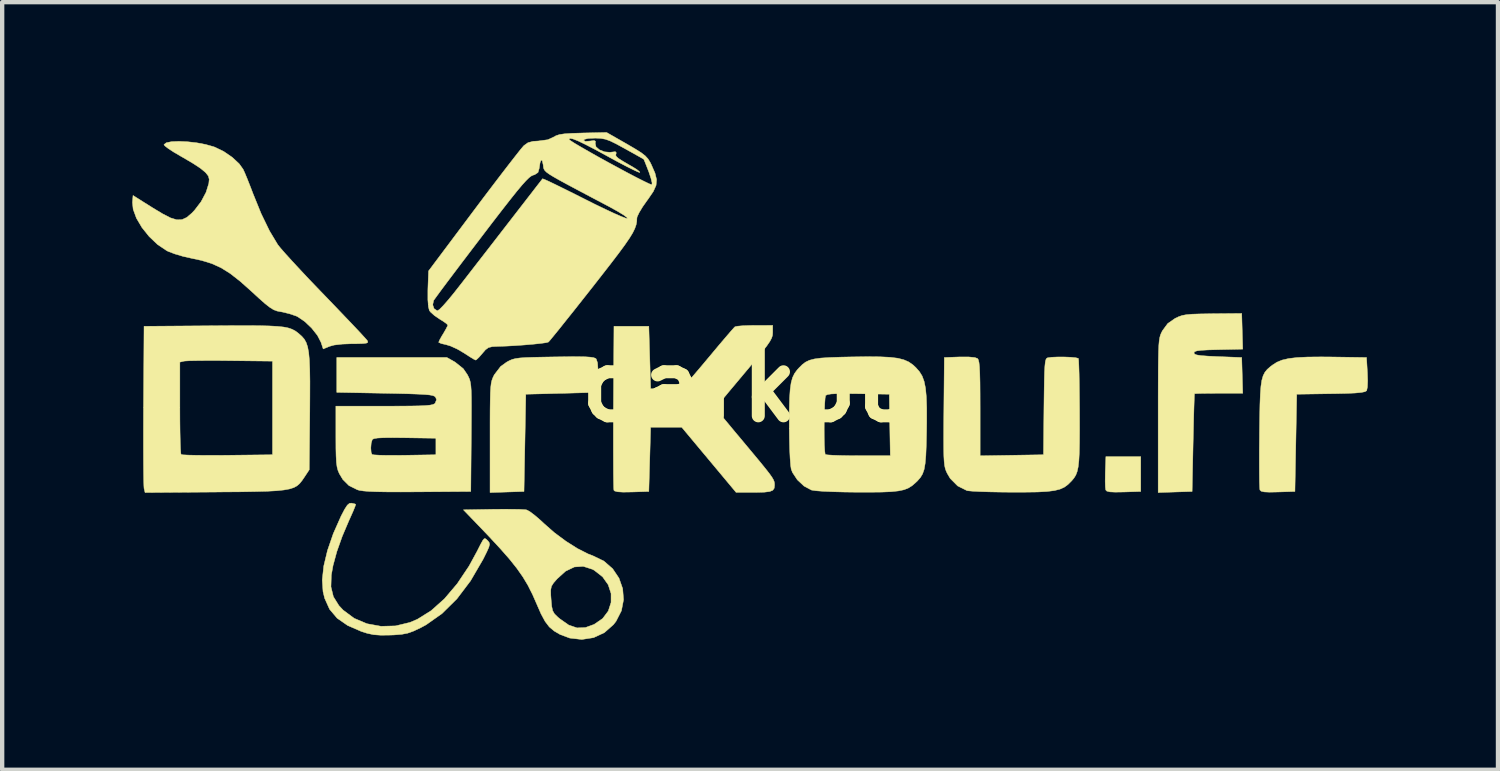
<source format=kicad_pcb>
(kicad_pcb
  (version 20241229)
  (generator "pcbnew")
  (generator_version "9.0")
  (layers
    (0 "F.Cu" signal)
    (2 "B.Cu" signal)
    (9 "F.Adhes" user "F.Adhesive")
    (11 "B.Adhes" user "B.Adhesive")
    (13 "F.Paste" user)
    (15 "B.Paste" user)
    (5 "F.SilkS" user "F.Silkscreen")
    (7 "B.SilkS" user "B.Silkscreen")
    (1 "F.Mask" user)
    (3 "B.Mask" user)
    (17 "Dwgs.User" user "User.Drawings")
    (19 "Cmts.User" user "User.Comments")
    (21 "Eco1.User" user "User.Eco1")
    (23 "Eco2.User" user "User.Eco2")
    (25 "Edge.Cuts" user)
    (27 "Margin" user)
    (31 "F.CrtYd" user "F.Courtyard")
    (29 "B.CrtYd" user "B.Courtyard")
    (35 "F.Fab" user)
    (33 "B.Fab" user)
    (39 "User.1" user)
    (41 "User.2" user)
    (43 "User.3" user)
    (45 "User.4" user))
  (footprint "darkou"
    (layer "F.Cu")
    (at 14.221 5.851)
    (property "Reference" "darkou" (at 0 0 0) (layer "F.SilkS") (effects (font (size 1.524 1.524) (thickness 0.3))))
    (attr through_hole)
    (fp_poly (pts (xy 9.038 2.434) (xy 8.646 2.446) (xy 8.449 2.449) (xy 8.324 2.443) (xy 8.255 2.425) (xy 8.231 2.4) (xy 8.222 2.333) (xy 8.218 2.205) (xy 8.22 2.041) (xy 8.221 1.986) (xy 8.234 1.63) (xy 9.038 1.63) (xy 9.038 2.434)) (stroke (width 0.01) (type solid)) (fill yes) (layer "F.SilkS"))
    (fp_poly (pts (xy -3.771 -0.672) (xy -3.654 -0.664) (xy -3.578 -0.652) (xy -3.535 -0.635) (xy -3.52 -0.621) (xy -3.49 -0.533) (xy -3.478 -0.364) (xy -3.48 -0.205) (xy -3.493 0.148) (xy -5.144 0.191) (xy -5.186 2.434) (xy -5.969 2.459) (xy -5.969 1.194) (xy -5.969 0.833) (xy -5.968 0.546) (xy -5.965 0.324) (xy -5.961 0.155) (xy -5.953 0.03) (xy -5.942 -0.062) (xy -5.926 -0.131) (xy -5.905 -0.188) (xy -5.879 -0.242) (xy -5.871 -0.258) (xy -5.724 -0.45) (xy -5.585 -0.55) (xy -5.52 -0.585) (xy -5.456 -0.612) (xy -5.382 -0.631) (xy -5.283 -0.645) (xy -5.148 -0.655) (xy -4.963 -0.661) (xy -4.716 -0.666) (xy -4.485 -0.67) (xy -4.176 -0.674) (xy -3.942 -0.675) (xy -3.771 -0.672)) (stroke (width 0.01) (type solid)) (fill yes) (layer "F.SilkS"))
    (fp_poly (pts (xy 13.441 -0.668) (xy 14.245 -0.656) (xy 14.266 -0.3) (xy 14.272 -0.118) (xy 14.266 0.025) (xy 14.249 0.106) (xy 14.245 0.112) (xy 14.207 0.133) (xy 14.123 0.15) (xy 13.985 0.163) (xy 13.782 0.172) (xy 13.506 0.178) (xy 13.42 0.179) (xy 12.636 0.191) (xy 12.594 2.434) (xy 12.202 2.446) (xy 12.008 2.45) (xy 11.884 2.444) (xy 11.815 2.427) (xy 11.786 2.398) (xy 11.781 2.341) (xy 11.776 2.211) (xy 11.774 2.019) (xy 11.773 1.776) (xy 11.773 1.493) (xy 11.776 1.182) (xy 11.776 1.115) (xy 11.781 0.737) (xy 11.787 0.433) (xy 11.796 0.193) (xy 11.81 0.009) (xy 11.831 -0.131) (xy 11.861 -0.236) (xy 11.902 -0.316) (xy 11.955 -0.381) (xy 12.023 -0.441) (xy 12.078 -0.483) (xy 12.179 -0.548) (xy 12.299 -0.597) (xy 12.45 -0.632) (xy 12.642 -0.655) (xy 12.889 -0.667) (xy 13.2 -0.67) (xy 13.441 -0.668)) (stroke (width 0.01) (type solid)) (fill yes) (layer "F.SilkS"))
    (fp_poly (pts (xy 11.379 -1.261) (xy 11.391 -0.849) (xy 10.828 -0.837) (xy 10.595 -0.831) (xy 10.435 -0.822) (xy 10.335 -0.81) (xy 10.283 -0.791) (xy 10.266 -0.766) (xy 10.266 -0.762) (xy 10.28 -0.735) (xy 10.33 -0.715) (xy 10.427 -0.7) (xy 10.586 -0.688) (xy 10.816 -0.677) (xy 10.816 -0.677) (xy 11.367 -0.656) (xy 11.391 0.169) (xy 10.839 0.169) (xy 10.633 0.17) (xy 10.46 0.172) (xy 10.338 0.175) (xy 10.28 0.179) (xy 10.278 0.18) (xy 10.275 0.223) (xy 10.271 0.34) (xy 10.265 0.519) (xy 10.259 0.75) (xy 10.253 1.02) (xy 10.246 1.312) (xy 10.223 2.434) (xy 9.832 2.446) (xy 9.44 2.459) (xy 9.44 0.686) (xy 9.44 0.252) (xy 9.441 -0.105) (xy 9.442 -0.395) (xy 9.445 -0.624) (xy 9.449 -0.803) (xy 9.455 -0.938) (xy 9.464 -1.039) (xy 9.476 -1.113) (xy 9.491 -1.17) (xy 9.51 -1.217) (xy 9.533 -1.263) (xy 9.538 -1.273) (xy 9.66 -1.439) (xy 9.832 -1.559) (xy 9.913 -1.597) (xy 9.993 -1.625) (xy 10.089 -1.643) (xy 10.218 -1.655) (xy 10.395 -1.661) (xy 10.636 -1.665) (xy 10.697 -1.666) (xy 11.367 -1.672) (xy 11.379 -1.261)) (stroke (width 0.01) (type solid)) (fill yes) (layer "F.SilkS"))
    (fp_poly (pts (xy -9.09 2.72) (xy -9.068 2.729) (xy -9.079 2.77) (xy -9.119 2.871) (xy -9.182 3.013) (xy -9.227 3.113) (xy -9.379 3.471) (xy -9.503 3.821) (xy -9.59 4.141) (xy -9.63 4.363) (xy -9.638 4.633) (xy -9.582 4.861) (xy -9.455 5.065) (xy -9.357 5.17) (xy -9.103 5.359) (xy -8.807 5.484) (xy -8.484 5.543) (xy -8.149 5.534) (xy -7.817 5.454) (xy -7.645 5.381) (xy -7.328 5.183) (xy -7.02 4.908) (xy -6.726 4.561) (xy -6.452 4.152) (xy -6.266 3.81) (xy -6.187 3.653) (xy -6.136 3.561) (xy -6.102 3.521) (xy -6.072 3.524) (xy -6.035 3.556) (xy -6.021 3.57) (xy -5.99 3.609) (xy -5.98 3.653) (xy -5.997 3.721) (xy -6.045 3.828) (xy -6.127 3.993) (xy -6.134 4.006) (xy -6.419 4.495) (xy -6.733 4.91) (xy -7.076 5.249) (xy -7.444 5.509) (xy -7.572 5.578) (xy -7.736 5.655) (xy -7.871 5.703) (xy -8.009 5.729) (xy -8.185 5.743) (xy -8.27 5.746) (xy -8.486 5.749) (xy -8.652 5.737) (xy -8.803 5.705) (xy -8.938 5.662) (xy -9.254 5.524) (xy -9.496 5.356) (xy -9.67 5.15) (xy -9.783 4.898) (xy -9.821 4.743) (xy -9.839 4.474) (xy -9.804 4.153) (xy -9.718 3.794) (xy -9.585 3.408) (xy -9.408 3.009) (xy -9.407 3.006) (xy -9.323 2.845) (xy -9.261 2.75) (xy -9.21 2.707) (xy -9.165 2.703) (xy -9.09 2.72)) (stroke (width 0.01) (type solid)) (fill yes) (layer "F.SilkS"))
    (fp_poly (pts (xy -5.452 2.844) (xy -5.277 2.847) (xy -5.16 2.854) (xy -5.126 2.859) (xy -5.052 2.898) (xy -4.938 2.984) (xy -4.802 3.101) (xy -4.724 3.174) (xy -4.485 3.384) (xy -4.221 3.58) (xy -3.955 3.749) (xy -3.708 3.874) (xy -3.601 3.915) (xy -3.344 4.039) (xy -3.141 4.216) (xy -2.995 4.433) (xy -2.91 4.675) (xy -2.89 4.93) (xy -2.939 5.185) (xy -3.062 5.426) (xy -3.123 5.505) (xy -3.333 5.69) (xy -3.581 5.805) (xy -3.852 5.847) (xy -4.131 5.815) (xy -4.352 5.733) (xy -4.491 5.652) (xy -4.603 5.557) (xy -4.699 5.431) (xy -4.793 5.257) (xy -4.891 5.033) (xy -4.991 4.805) (xy -5.043 4.703) (xy -4.57 4.703) (xy -4.568 4.825) (xy -4.561 4.923) (xy -4.547 5.082) (xy -4.525 5.184) (xy -4.482 5.258) (xy -4.404 5.334) (xy -4.358 5.372) (xy -4.154 5.515) (xy -3.963 5.58) (xy -3.769 5.572) (xy -3.568 5.499) (xy -3.372 5.364) (xy -3.242 5.191) (xy -3.178 4.994) (xy -3.178 4.787) (xy -3.244 4.585) (xy -3.374 4.402) (xy -3.567 4.251) (xy -3.607 4.229) (xy -3.819 4.161) (xy -4.025 4.175) (xy -4.228 4.273) (xy -4.422 4.449) (xy -4.505 4.544) (xy -4.552 4.619) (xy -4.57 4.703) (xy -5.043 4.703) (xy -5.095 4.599) (xy -5.212 4.404) (xy -5.351 4.206) (xy -5.52 3.994) (xy -5.729 3.756) (xy -5.986 3.479) (xy -6.155 3.302) (xy -6.583 2.857) (xy -5.905 2.845) (xy -5.667 2.843) (xy -5.452 2.844)) (stroke (width 0.01) (type solid)) (fill yes) (layer "F.SilkS"))
    (fp_poly (pts (xy -11.293 -1.39) (xy -11.059 -1.384) (xy -10.875 -1.374) (xy -10.732 -1.359) (xy -10.622 -1.337) (xy -10.537 -1.308) (xy -10.467 -1.272) (xy -10.405 -1.227) (xy -10.377 -1.204) (xy -10.308 -1.142) (xy -10.252 -1.077) (xy -10.209 -0.999) (xy -10.176 -0.9) (xy -10.152 -0.77) (xy -10.136 -0.6) (xy -10.127 -0.381) (xy -10.123 -0.104) (xy -10.124 0.241) (xy -10.126 0.596) (xy -10.139 1.933) (xy -10.251 2.103) (xy -10.305 2.182) (xy -10.358 2.248) (xy -10.418 2.301) (xy -10.492 2.343) (xy -10.591 2.375) (xy -10.721 2.399) (xy -10.891 2.417) (xy -11.11 2.429) (xy -11.386 2.436) (xy -11.727 2.442) (xy -12.141 2.445) (xy -12.307 2.447) (xy -13.925 2.459) (xy -13.949 2.362) (xy -13.953 2.3) (xy -13.957 2.163) (xy -13.96 1.959) (xy -13.962 1.699) (xy -13.963 1.391) (xy -13.963 1.045) (xy -13.962 0.669) (xy -13.961 0.445) (xy -13.954 -0.549) (xy -13.123 -0.549) (xy -13.123 0.502) (xy -13.122 0.792) (xy -13.119 1.054) (xy -13.114 1.275) (xy -13.108 1.445) (xy -13.101 1.551) (xy -13.094 1.581) (xy -13.046 1.589) (xy -12.924 1.595) (xy -12.742 1.599) (xy -12.51 1.601) (xy -12.242 1.601) (xy -12.025 1.599) (xy -10.986 1.587) (xy -10.986 -0.572) (xy -11.959 -0.583) (xy -12.243 -0.586) (xy -12.503 -0.586) (xy -12.725 -0.584) (xy -12.896 -0.581) (xy -13.003 -0.575) (xy -13.028 -0.572) (xy -13.123 -0.549) (xy -13.954 -0.549) (xy -13.949 -1.376) (xy -12.383 -1.388) (xy -11.946 -1.391) (xy -11.586 -1.392) (xy -11.293 -1.39)) (stroke (width 0.01) (type solid)) (fill yes) (layer "F.SilkS"))
    (fp_poly (pts (xy -6.776 -0.55) (xy -6.586 -0.398) (xy -6.49 -0.257) (xy -6.462 -0.201) (xy -6.439 -0.147) (xy -6.423 -0.084) (xy -6.411 -0.002) (xy -6.403 0.109) (xy -6.399 0.261) (xy -6.398 0.462) (xy -6.399 0.724) (xy -6.401 1.058) (xy -6.402 1.183) (xy -6.413 2.434) (xy -7.641 2.443) (xy -8.025 2.445) (xy -8.332 2.444) (xy -8.573 2.44) (xy -8.756 2.433) (xy -8.89 2.422) (xy -8.983 2.408) (xy -9.03 2.394) (xy -9.222 2.299) (xy -9.363 2.159) (xy -9.445 2.023) (xy -9.475 1.953) (xy -9.497 1.871) (xy -9.512 1.762) (xy -9.52 1.611) (xy -9.524 1.431) (xy -8.719 1.431) (xy -8.711 1.534) (xy -8.691 1.581) (xy -8.641 1.59) (xy -8.521 1.597) (xy -8.345 1.601) (xy -8.128 1.601) (xy -7.94 1.599) (xy -7.218 1.587) (xy -7.218 1.206) (xy -7.934 1.195) (xy -8.215 1.192) (xy -8.42 1.194) (xy -8.561 1.201) (xy -8.645 1.215) (xy -8.684 1.235) (xy -8.685 1.237) (xy -8.71 1.319) (xy -8.719 1.431) (xy -9.524 1.431) (xy -9.524 1.403) (xy -9.525 1.166) (xy -9.525 0.466) (xy -8.408 0.466) (xy -8.066 0.465) (xy -7.799 0.463) (xy -7.597 0.459) (xy -7.451 0.452) (xy -7.351 0.442) (xy -7.287 0.429) (xy -7.249 0.411) (xy -7.236 0.399) (xy -7.203 0.317) (xy -7.225 0.261) (xy -7.247 0.239) (xy -7.288 0.222) (xy -7.36 0.208) (xy -7.47 0.198) (xy -7.629 0.189) (xy -7.847 0.181) (xy -8.132 0.174) (xy -8.387 0.169) (xy -9.504 0.148) (xy -9.504 -0.656) (xy -6.964 -0.656) (xy -6.776 -0.55)) (stroke (width 0.01) (type solid)) (fill yes) (layer "F.SilkS"))
    (fp_poly (pts (xy 5.212 -0.655) (xy 5.275 -0.632) (xy 5.293 -0.602) (xy 5.308 -0.54) (xy 5.319 -0.439) (xy 5.326 -0.288) (xy 5.331 -0.079) (xy 5.333 0.198) (xy 5.334 0.514) (xy 5.334 1.611) (xy 6.064 1.599) (xy 6.795 1.587) (xy 6.806 0.479) (xy 6.81 0.142) (xy 6.814 -0.119) (xy 6.819 -0.315) (xy 6.827 -0.455) (xy 6.837 -0.549) (xy 6.85 -0.606) (xy 6.867 -0.636) (xy 6.89 -0.649) (xy 6.89 -0.649) (xy 6.984 -0.662) (xy 7.12 -0.668) (xy 7.274 -0.668) (xy 7.422 -0.662) (xy 7.538 -0.651) (xy 7.597 -0.636) (xy 7.6 -0.633) (xy 7.606 -0.583) (xy 7.611 -0.459) (xy 7.617 -0.273) (xy 7.621 -0.035) (xy 7.624 0.244) (xy 7.627 0.553) (xy 7.627 0.622) (xy 7.628 1) (xy 7.626 1.304) (xy 7.621 1.543) (xy 7.611 1.727) (xy 7.595 1.868) (xy 7.572 1.973) (xy 7.541 2.055) (xy 7.5 2.122) (xy 7.448 2.185) (xy 7.437 2.196) (xy 7.358 2.275) (xy 7.274 2.336) (xy 7.174 2.381) (xy 7.046 2.413) (xy 6.879 2.434) (xy 6.66 2.446) (xy 6.378 2.45) (xy 6.075 2.451) (xy 5.796 2.448) (xy 5.539 2.443) (xy 5.32 2.436) (xy 5.151 2.427) (xy 5.048 2.417) (xy 5.029 2.413) (xy 4.816 2.307) (xy 4.644 2.134) (xy 4.575 2.017) (xy 4.549 1.961) (xy 4.529 1.902) (xy 4.514 1.832) (xy 4.504 1.738) (xy 4.497 1.612) (xy 4.494 1.441) (xy 4.493 1.217) (xy 4.494 0.929) (xy 4.497 0.589) (xy 4.508 -0.656) (xy 4.862 -0.669) (xy 5.069 -0.669) (xy 5.212 -0.655)) (stroke (width 0.01) (type solid)) (fill yes) (layer "F.SilkS"))
    (fp_poly (pts (xy 0.55 -1.235) (xy 0.546 -1.171) (xy 0.526 -1.106) (xy 0.485 -1.028) (xy 0.415 -0.926) (xy 0.308 -0.788) (xy 0.158 -0.605) (xy 0.039 -0.462) (xy -0.135 -0.255) (xy -0.3 -0.058) (xy -0.446 0.116) (xy -0.559 0.252) (xy -0.623 0.328) (xy -0.707 0.436) (xy -0.741 0.504) (xy -0.733 0.555) (xy -0.715 0.582) (xy -0.67 0.637) (xy -0.581 0.745) (xy -0.456 0.895) (xy -0.306 1.076) (xy -0.138 1.276) (xy -0.126 1.291) (xy 0.09 1.55) (xy 0.258 1.752) (xy 0.383 1.906) (xy 0.473 2.021) (xy 0.532 2.104) (xy 0.568 2.166) (xy 0.586 2.213) (xy 0.592 2.255) (xy 0.593 2.287) (xy 0.585 2.358) (xy 0.552 2.406) (xy 0.481 2.435) (xy 0.357 2.45) (xy 0.168 2.455) (xy 0.082 2.455) (xy -0.294 2.455) (xy -0.921 1.704) (xy -1.548 0.953) (xy -2.265 0.953) (xy -2.286 1.693) (xy -2.307 2.434) (xy -2.699 2.446) (xy -2.901 2.449) (xy -3.029 2.441) (xy -3.097 2.422) (xy -3.113 2.404) (xy -3.117 2.351) (xy -3.12 2.223) (xy -3.123 2.028) (xy -3.124 1.775) (xy -3.125 1.472) (xy -3.125 1.13) (xy -3.124 0.755) (xy -3.123 0.487) (xy -3.111 -1.376) (xy -2.307 -1.376) (xy -2.286 -0.656) (xy -2.265 0.064) (xy -1.918 0.076) (xy -1.571 0.088) (xy -1.424 -0.072) (xy -1.347 -0.16) (xy -1.229 -0.298) (xy -1.083 -0.47) (xy -0.922 -0.662) (xy -0.821 -0.783) (xy -0.667 -0.967) (xy -0.529 -1.129) (xy -0.419 -1.257) (xy -0.345 -1.34) (xy -0.32 -1.365) (xy -0.26 -1.378) (xy -0.137 -1.389) (xy 0.029 -1.395) (xy 0.138 -1.396) (xy 0.55 -1.397) (xy 0.55 -1.235)) (stroke (width 0.01) (type solid)) (fill yes) (layer "F.SilkS"))
    (fp_poly (pts (xy 3.026 -0.672) (xy 3.256 -0.661) (xy 3.435 -0.639) (xy 3.575 -0.603) (xy 3.687 -0.554) (xy 3.783 -0.487) (xy 3.852 -0.423) (xy 3.933 -0.331) (xy 3.996 -0.23) (xy 4.042 -0.106) (xy 4.074 0.05) (xy 4.093 0.25) (xy 4.102 0.506) (xy 4.102 0.828) (xy 4.099 1.051) (xy 4.092 1.365) (xy 4.082 1.606) (xy 4.066 1.789) (xy 4.042 1.926) (xy 4.006 2.029) (xy 3.956 2.112) (xy 3.89 2.188) (xy 3.845 2.231) (xy 3.764 2.301) (xy 3.679 2.354) (xy 3.578 2.394) (xy 3.45 2.421) (xy 3.282 2.439) (xy 3.064 2.448) (xy 2.781 2.451) (xy 2.51 2.451) (xy 2.206 2.447) (xy 1.936 2.44) (xy 1.711 2.43) (xy 1.544 2.417) (xy 1.448 2.402) (xy 1.443 2.401) (xy 1.273 2.31) (xy 1.118 2.165) (xy 1.005 1.994) (xy 0.976 1.916) (xy 0.963 1.826) (xy 0.951 1.666) (xy 0.941 1.454) (xy 0.935 1.203) (xy 0.932 0.986) (xy 1.737 0.986) (xy 1.738 1.189) (xy 1.742 1.367) (xy 1.75 1.501) (xy 1.76 1.574) (xy 1.764 1.58) (xy 1.813 1.59) (xy 1.933 1.598) (xy 2.109 1.604) (xy 2.327 1.608) (xy 2.527 1.609) (xy 3.262 1.609) (xy 3.25 0.9) (xy 3.239 0.191) (xy 2.522 0.179) (xy 2.241 0.176) (xy 2.036 0.178) (xy 1.896 0.185) (xy 1.811 0.199) (xy 1.773 0.219) (xy 1.771 0.221) (xy 1.759 0.281) (xy 1.75 0.405) (xy 1.743 0.576) (xy 1.738 0.776) (xy 1.737 0.986) (xy 0.932 0.986) (xy 0.932 0.93) (xy 0.932 0.877) (xy 0.933 0.543) (xy 0.939 0.281) (xy 0.953 0.08) (xy 0.975 -0.074) (xy 1.008 -0.193) (xy 1.054 -0.288) (xy 1.116 -0.372) (xy 1.156 -0.416) (xy 1.231 -0.491) (xy 1.307 -0.549) (xy 1.396 -0.592) (xy 1.51 -0.622) (xy 1.662 -0.643) (xy 1.865 -0.656) (xy 2.131 -0.665) (xy 2.37 -0.67) (xy 2.735 -0.675) (xy 3.026 -0.672)) (stroke (width 0.01) (type solid)) (fill yes) (layer "F.SilkS"))
    (fp_poly (pts (xy -12.947 -5.632) (xy -12.735 -5.608) (xy -12.528 -5.569) (xy -12.343 -5.517) (xy -12.316 -5.507) (xy -12.11 -5.407) (xy -11.915 -5.273) (xy -11.755 -5.124) (xy -11.664 -4.997) (xy -11.624 -4.91) (xy -11.564 -4.765) (xy -11.493 -4.585) (xy -11.438 -4.441) (xy -11.247 -3.971) (xy -11.054 -3.574) (xy -10.866 -3.26) (xy -10.804 -3.182) (xy -10.692 -3.054) (xy -10.537 -2.883) (xy -10.348 -2.679) (xy -10.133 -2.45) (xy -9.9 -2.207) (xy -9.783 -2.086) (xy -9.551 -1.845) (xy -9.337 -1.621) (xy -9.148 -1.423) (xy -8.992 -1.258) (xy -8.877 -1.133) (xy -8.809 -1.057) (xy -8.795 -1.038) (xy -8.788 -1.007) (xy -8.819 -0.988) (xy -8.901 -0.978) (xy -9.047 -0.974) (xy -9.143 -0.974) (xy -9.377 -0.965) (xy -9.565 -0.943) (xy -9.672 -0.913) (xy -9.817 -0.853) (xy -9.867 -1.005) (xy -9.949 -1.164) (xy -10.083 -1.334) (xy -10.243 -1.486) (xy -10.405 -1.596) (xy -10.435 -1.611) (xy -10.591 -1.664) (xy -10.763 -1.706) (xy -10.8 -1.712) (xy -10.882 -1.728) (xy -10.959 -1.757) (xy -11.045 -1.81) (xy -11.153 -1.894) (xy -11.296 -2.02) (xy -11.473 -2.183) (xy -11.735 -2.416) (xy -11.963 -2.594) (xy -12.174 -2.726) (xy -12.389 -2.823) (xy -12.624 -2.895) (xy -12.848 -2.943) (xy -13.048 -2.988) (xy -13.243 -3.046) (xy -13.399 -3.106) (xy -13.431 -3.123) (xy -13.639 -3.263) (xy -13.831 -3.446) (xy -13.997 -3.653) (xy -14.124 -3.868) (xy -14.2 -4.074) (xy -14.216 -4.232) (xy -14.203 -4.393) (xy -13.758 -4.113) (xy -13.521 -3.97) (xy -13.338 -3.876) (xy -13.193 -3.832) (xy -13.073 -3.836) (xy -12.963 -3.887) (xy -12.849 -3.984) (xy -12.784 -4.052) (xy -12.633 -4.25) (xy -12.519 -4.465) (xy -12.455 -4.67) (xy -12.446 -4.766) (xy -12.465 -4.84) (xy -12.528 -4.921) (xy -12.642 -5.016) (xy -12.816 -5.131) (xy -13.059 -5.274) (xy -13.098 -5.296) (xy -13.26 -5.391) (xy -13.389 -5.475) (xy -13.47 -5.538) (xy -13.49 -5.567) (xy -13.435 -5.609) (xy -13.314 -5.634) (xy -13.145 -5.641) (xy -12.947 -5.632)) (stroke (width 0.01) (type solid)) (fill yes) (layer "F.SilkS"))
    (fp_poly (pts (xy -2.815 -5.58) (xy -2.619 -5.465) (xy -2.481 -5.378) (xy -2.389 -5.306) (xy -2.325 -5.236) (xy -2.276 -5.156) (xy -2.249 -5.102) (xy -2.165 -4.91) (xy -2.128 -4.759) (xy -2.14 -4.626) (xy -2.204 -4.484) (xy -2.323 -4.31) (xy -2.346 -4.279) (xy -2.451 -4.13) (xy -2.531 -3.997) (xy -2.577 -3.899) (xy -2.582 -3.871) (xy -2.586 -3.793) (xy -2.6 -3.716) (xy -2.63 -3.631) (xy -2.679 -3.53) (xy -2.754 -3.408) (xy -2.859 -3.255) (xy -2.998 -3.066) (xy -3.177 -2.831) (xy -3.401 -2.543) (xy -3.609 -2.277) (xy -3.831 -1.996) (xy -4.037 -1.735) (xy -4.222 -1.504) (xy -4.378 -1.308) (xy -4.502 -1.156) (xy -4.585 -1.055) (xy -4.623 -1.012) (xy -4.623 -1.012) (xy -4.682 -0.997) (xy -4.807 -0.98) (xy -4.979 -0.962) (xy -5.179 -0.945) (xy -5.39 -0.93) (xy -5.591 -0.919) (xy -5.765 -0.913) (xy -5.772 -0.913) (xy -5.915 -0.907) (xy -6.006 -0.885) (xy -6.076 -0.833) (xy -6.146 -0.751) (xy -6.226 -0.659) (xy -6.285 -0.604) (xy -6.301 -0.596) (xy -6.348 -0.619) (xy -6.444 -0.678) (xy -6.569 -0.759) (xy -6.574 -0.762) (xy -6.726 -0.851) (xy -6.88 -0.921) (xy -6.986 -0.953) (xy -7.091 -0.977) (xy -7.149 -1.002) (xy -7.153 -1.009) (xy -7.132 -1.059) (xy -7.08 -1.153) (xy -7.047 -1.206) (xy -6.986 -1.312) (xy -6.948 -1.387) (xy -6.943 -1.404) (xy -6.976 -1.439) (xy -7.062 -1.499) (xy -7.132 -1.542) (xy -7.252 -1.624) (xy -7.343 -1.706) (xy -7.369 -1.741) (xy -7.391 -1.83) (xy -7.394 -1.872) (xy -7.291 -1.872) (xy -7.261 -1.783) (xy -7.192 -1.737) (xy -7.178 -1.736) (xy -7.132 -1.767) (xy -7.046 -1.855) (xy -6.931 -1.986) (xy -6.798 -2.148) (xy -6.748 -2.212) (xy -6.623 -2.371) (xy -6.458 -2.584) (xy -6.263 -2.836) (xy -6.047 -3.114) (xy -5.823 -3.403) (xy -5.601 -3.69) (xy -5.574 -3.725) (xy -5.375 -3.982) (xy -5.193 -4.217) (xy -5.035 -4.421) (xy -4.907 -4.587) (xy -4.814 -4.706) (xy -4.765 -4.77) (xy -4.758 -4.779) (xy -4.718 -4.765) (xy -4.613 -4.718) (xy -4.453 -4.641) (xy -4.25 -4.541) (xy -4.012 -4.423) (xy -3.81 -4.321) (xy -3.549 -4.19) (xy -3.31 -4.075) (xy -3.105 -3.979) (xy -2.944 -3.909) (xy -2.839 -3.869) (xy -2.803 -3.862) (xy -2.811 -3.885) (xy -2.885 -3.941) (xy -3.019 -4.023) (xy -3.202 -4.125) (xy -3.281 -4.167) (xy -3.647 -4.36) (xy -3.945 -4.518) (xy -4.183 -4.645) (xy -4.367 -4.745) (xy -4.504 -4.823) (xy -4.602 -4.883) (xy -4.667 -4.93) (xy -4.706 -4.969) (xy -4.727 -5.004) (xy -4.737 -5.038) (xy -4.741 -5.078) (xy -4.744 -5.102) (xy -4.766 -5.196) (xy -4.792 -5.209) (xy -4.816 -5.145) (xy -4.835 -5.019) (xy -4.863 -4.923) (xy -4.94 -4.872) (xy -4.978 -4.861) (xy -5.018 -4.842) (xy -5.071 -4.802) (xy -5.141 -4.733) (xy -5.233 -4.631) (xy -5.352 -4.489) (xy -5.502 -4.301) (xy -5.688 -4.063) (xy -5.916 -3.768) (xy -6.166 -3.44) (xy -6.396 -3.138) (xy -6.611 -2.855) (xy -6.805 -2.598) (xy -6.973 -2.375) (xy -7.109 -2.193) (xy -7.207 -2.059) (xy -7.262 -1.983) (xy -7.27 -1.97) (xy -7.291 -1.872) (xy -7.394 -1.872) (xy -7.403 -1.986) (xy -7.403 -2.192) (xy -7.402 -2.241) (xy -7.387 -2.652) (xy -6.341 -4.048) (xy -6.112 -4.353) (xy -5.894 -4.64) (xy -5.695 -4.901) (xy -5.52 -5.128) (xy -5.375 -5.314) (xy -5.267 -5.451) (xy -5.2 -5.53) (xy -5.187 -5.544) (xy -5.093 -5.611) (xy -4.974 -5.642) (xy -4.857 -5.649) (xy -4.634 -5.679) (xy -4.618 -5.687) (xy -4.149 -5.687) (xy -4.113 -5.657) (xy -4.015 -5.594) (xy -3.865 -5.506) (xy -3.677 -5.398) (xy -3.463 -5.277) (xy -3.234 -5.151) (xy -3.003 -5.026) (xy -2.782 -4.907) (xy -2.583 -4.803) (xy -2.418 -4.72) (xy -2.299 -4.663) (xy -2.239 -4.641) (xy -2.235 -4.641) (xy -2.233 -4.687) (xy -2.258 -4.79) (xy -2.304 -4.928) (xy -2.309 -4.942) (xy -2.363 -5.081) (xy -2.404 -5.184) (xy -2.424 -5.229) (xy -2.425 -5.23) (xy -2.463 -5.252) (xy -2.561 -5.307) (xy -2.702 -5.386) (xy -2.864 -5.476) (xy -3.056 -5.581) (xy -3.197 -5.65) (xy -3.308 -5.69) (xy -3.41 -5.709) (xy -3.524 -5.715) (xy -3.552 -5.715) (xy -3.706 -5.708) (xy -3.794 -5.687) (xy -3.81 -5.668) (xy -3.773 -5.64) (xy -3.665 -5.648) (xy -3.57 -5.661) (xy -3.537 -5.643) (xy -3.543 -5.592) (xy -3.525 -5.515) (xy -3.446 -5.446) (xy -3.331 -5.4) (xy -3.203 -5.388) (xy -3.165 -5.393) (xy -3.079 -5.403) (xy -3.057 -5.378) (xy -3.063 -5.355) (xy -3.07 -5.321) (xy -3.054 -5.288) (xy -3.004 -5.245) (xy -2.906 -5.183) (xy -2.75 -5.092) (xy -2.695 -5.061) (xy -2.588 -4.995) (xy -2.523 -4.943) (xy -2.514 -4.923) (xy -2.556 -4.935) (xy -2.66 -4.983) (xy -2.815 -5.06) (xy -3.008 -5.161) (xy -3.227 -5.28) (xy -3.237 -5.286) (xy -3.535 -5.448) (xy -3.768 -5.569) (xy -3.939 -5.651) (xy -4.056 -5.697) (xy -4.123 -5.71) (xy -4.148 -5.692) (xy -4.149 -5.687) (xy -4.618 -5.687) (xy -4.511 -5.736) (xy -4.446 -5.772) (xy -4.365 -5.798) (xy -4.251 -5.815) (xy -4.087 -5.826) (xy -3.857 -5.833) (xy -3.833 -5.834) (xy -3.281 -5.846) (xy -2.815 -5.58)) (stroke (width 0.01) (type solid)) (fill yes) (layer "F.SilkS")))
  (gr_rect
    (start -3 -3)
    (end 31.498 14.704)
    (stroke (width 0.1) (type default))
    (fill no)
    (layer "Edge.Cuts")))
</source>
